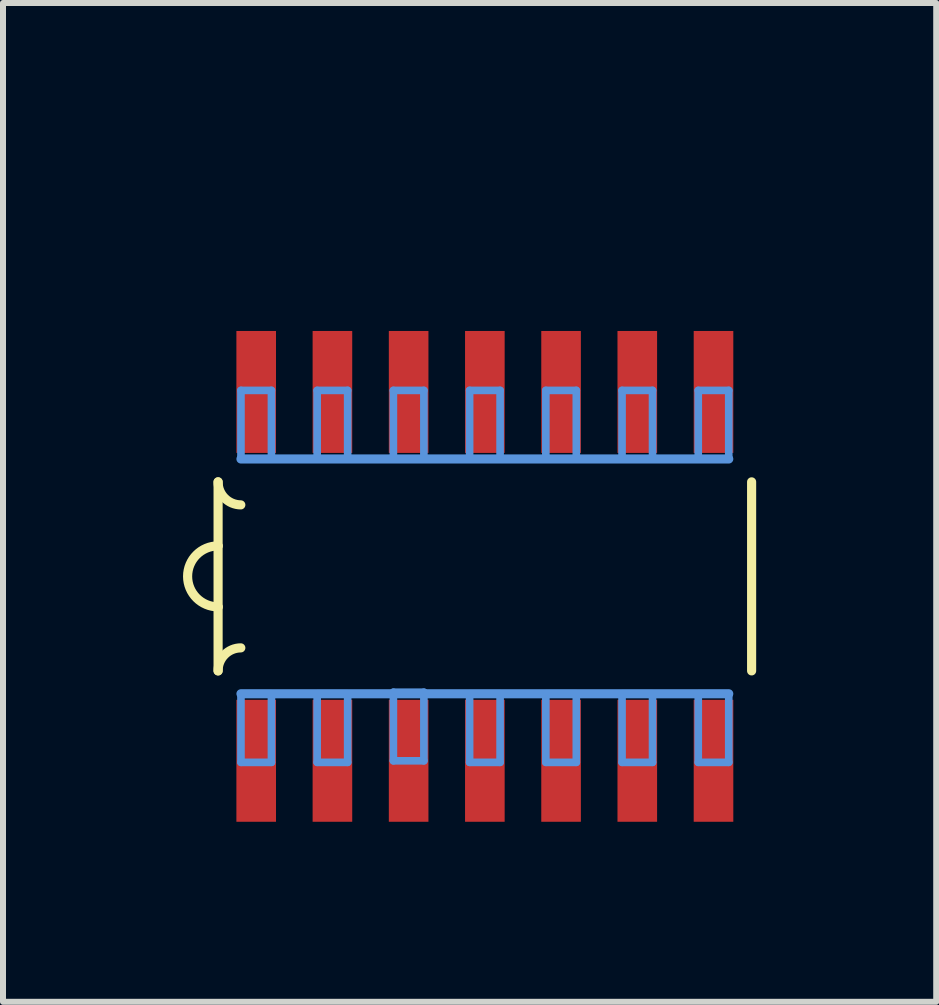
<source format=kicad_pcb>
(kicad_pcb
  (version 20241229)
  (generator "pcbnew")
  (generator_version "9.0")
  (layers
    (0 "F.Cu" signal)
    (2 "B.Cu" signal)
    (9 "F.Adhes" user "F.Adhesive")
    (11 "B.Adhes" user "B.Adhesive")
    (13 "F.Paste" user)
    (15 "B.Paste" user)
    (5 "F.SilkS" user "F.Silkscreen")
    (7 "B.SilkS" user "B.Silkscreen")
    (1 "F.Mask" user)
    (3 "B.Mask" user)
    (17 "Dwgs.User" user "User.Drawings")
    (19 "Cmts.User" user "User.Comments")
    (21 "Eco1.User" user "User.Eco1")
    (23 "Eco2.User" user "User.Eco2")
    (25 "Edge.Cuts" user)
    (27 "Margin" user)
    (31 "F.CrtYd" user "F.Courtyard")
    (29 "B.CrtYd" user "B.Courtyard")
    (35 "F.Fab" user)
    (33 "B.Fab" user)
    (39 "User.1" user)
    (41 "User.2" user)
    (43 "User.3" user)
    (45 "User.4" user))
  (footprint "SO14"
    (layer "F.Cu")
    (at 5.029 6.554)
    (property "Reference" "SO14" (at -0.254 -5.588 0) (layer "Eco1.User") (effects (font (size 1.27 1.27) (thickness 0.127))))
    (attr through_hole)
    (fp_line (start -4.445 -1.575) (end -4.445 -0.508) (stroke (width 0.152) (type solid)) (layer "F.SilkS"))
    (fp_line (start -4.445 -0.508) (end -4.445 0.508) (stroke (width 0.152) (type solid)) (layer "F.SilkS"))
    (fp_line (start -4.445 0.508) (end -4.445 1.575) (stroke (width 0.152) (type solid)) (layer "F.SilkS"))
    (fp_line (start 4.445 1.575) (end 4.445 -1.575) (stroke (width 0.152) (type solid)) (layer "F.SilkS"))
    (fp_arc (start -4.445 0.508) (mid -4.953 0) (end -4.445 -0.508) (stroke (width 0.1524) (type solid)) (layer "F.SilkS"))
    (fp_arc (start -4.445 1.5748) (mid -4.335204 1.304648) (end -4.06654 1.19126) (stroke (width 0.1524) (type solid)) (layer "F.SilkS"))
    (fp_arc (start -4.06654 -1.19126) (mid -4.335204 -1.304648) (end -4.445 -1.5748) (stroke (width 0.1524) (type solid)) (layer "F.SilkS"))
    (fp_line (start -4.064 -3.099) (end -4.064 -1.956) (stroke (width 0.127) (type solid)) (layer "Cmts.User"))
    (fp_line (start -4.064 -1.956) (end -3.556 -1.956) (stroke (width 0.127) (type solid)) (layer "Cmts.User"))
    (fp_line (start -4.064 1.956) (end -4.064 3.099) (stroke (width 0.127) (type solid)) (layer "Cmts.User"))
    (fp_line (start -4.064 1.956) (end 4.064 1.956) (stroke (width 0.152) (type solid)) (layer "Cmts.User"))
    (fp_line (start -4.064 3.099) (end -3.556 3.099) (stroke (width 0.127) (type solid)) (layer "Cmts.User"))
    (fp_line (start -3.556 -3.099) (end -4.064 -3.099) (stroke (width 0.127) (type solid)) (layer "Cmts.User"))
    (fp_line (start -3.556 -1.956) (end -3.556 -3.099) (stroke (width 0.127) (type solid)) (layer "Cmts.User"))
    (fp_line (start -3.556 1.956) (end -4.064 1.956) (stroke (width 0.127) (type solid)) (layer "Cmts.User"))
    (fp_line (start -3.556 3.099) (end -3.556 1.956) (stroke (width 0.127) (type solid)) (layer "Cmts.User"))
    (fp_line (start -2.794 -3.099) (end -2.794 -1.956) (stroke (width 0.127) (type solid)) (layer "Cmts.User"))
    (fp_line (start -2.794 -1.956) (end -2.286 -1.956) (stroke (width 0.127) (type solid)) (layer "Cmts.User"))
    (fp_line (start -2.794 1.956) (end -2.794 3.099) (stroke (width 0.127) (type solid)) (layer "Cmts.User"))
    (fp_line (start -2.794 3.099) (end -2.286 3.099) (stroke (width 0.127) (type solid)) (layer "Cmts.User"))
    (fp_line (start -2.286 -3.099) (end -2.794 -3.099) (stroke (width 0.127) (type solid)) (layer "Cmts.User"))
    (fp_line (start -2.286 -1.956) (end -2.286 -3.099) (stroke (width 0.127) (type solid)) (layer "Cmts.User"))
    (fp_line (start -2.286 1.956) (end -2.794 1.956) (stroke (width 0.127) (type solid)) (layer "Cmts.User"))
    (fp_line (start -2.286 3.099) (end -2.286 1.956) (stroke (width 0.127) (type solid)) (layer "Cmts.User"))
    (fp_line (start -1.524 -3.099) (end -1.524 -1.956) (stroke (width 0.127) (type solid)) (layer "Cmts.User"))
    (fp_line (start -1.524 -1.956) (end -1.016 -1.956) (stroke (width 0.127) (type solid)) (layer "Cmts.User"))
    (fp_line (start -1.524 1.93) (end -1.524 3.073) (stroke (width 0.127) (type solid)) (layer "Cmts.User"))
    (fp_line (start -1.524 3.073) (end -1.016 3.073) (stroke (width 0.127) (type solid)) (layer "Cmts.User"))
    (fp_line (start -1.016 -3.099) (end -1.524 -3.099) (stroke (width 0.127) (type solid)) (layer "Cmts.User"))
    (fp_line (start -1.016 -1.956) (end -1.016 -3.099) (stroke (width 0.127) (type solid)) (layer "Cmts.User"))
    (fp_line (start -1.016 1.93) (end -1.524 1.93) (stroke (width 0.127) (type solid)) (layer "Cmts.User"))
    (fp_line (start -1.016 3.073) (end -1.016 1.93) (stroke (width 0.127) (type solid)) (layer "Cmts.User"))
    (fp_line (start -0.254 -3.099) (end -0.254 -1.956) (stroke (width 0.127) (type solid)) (layer "Cmts.User"))
    (fp_line (start -0.254 -1.956) (end 0.254 -1.956) (stroke (width 0.127) (type solid)) (layer "Cmts.User"))
    (fp_line (start -0.254 1.956) (end -0.254 3.099) (stroke (width 0.127) (type solid)) (layer "Cmts.User"))
    (fp_line (start -0.254 3.099) (end 0.254 3.099) (stroke (width 0.127) (type solid)) (layer "Cmts.User"))
    (fp_line (start 0.254 -3.099) (end -0.254 -3.099) (stroke (width 0.127) (type solid)) (layer "Cmts.User"))
    (fp_line (start 0.254 -1.956) (end 0.254 -3.099) (stroke (width 0.127) (type solid)) (layer "Cmts.User"))
    (fp_line (start 0.254 1.956) (end -0.254 1.956) (stroke (width 0.127) (type solid)) (layer "Cmts.User"))
    (fp_line (start 0.254 3.099) (end 0.254 1.956) (stroke (width 0.127) (type solid)) (layer "Cmts.User"))
    (fp_line (start 1.016 -3.099) (end 1.016 -1.956) (stroke (width 0.127) (type solid)) (layer "Cmts.User"))
    (fp_line (start 1.016 -1.956) (end 1.524 -1.956) (stroke (width 0.127) (type solid)) (layer "Cmts.User"))
    (fp_line (start 1.016 1.956) (end 1.016 3.099) (stroke (width 0.127) (type solid)) (layer "Cmts.User"))
    (fp_line (start 1.016 3.099) (end 1.524 3.099) (stroke (width 0.127) (type solid)) (layer "Cmts.User"))
    (fp_line (start 1.524 -3.099) (end 1.016 -3.099) (stroke (width 0.127) (type solid)) (layer "Cmts.User"))
    (fp_line (start 1.524 -1.956) (end 1.524 -3.099) (stroke (width 0.127) (type solid)) (layer "Cmts.User"))
    (fp_line (start 1.524 1.956) (end 1.016 1.956) (stroke (width 0.127) (type solid)) (layer "Cmts.User"))
    (fp_line (start 1.524 3.099) (end 1.524 1.956) (stroke (width 0.127) (type solid)) (layer "Cmts.User"))
    (fp_line (start 2.286 -3.099) (end 2.286 -1.956) (stroke (width 0.127) (type solid)) (layer "Cmts.User"))
    (fp_line (start 2.286 -1.956) (end 2.794 -1.956) (stroke (width 0.127) (type solid)) (layer "Cmts.User"))
    (fp_line (start 2.286 1.956) (end 2.286 3.099) (stroke (width 0.127) (type solid)) (layer "Cmts.User"))
    (fp_line (start 2.286 3.099) (end 2.794 3.099) (stroke (width 0.127) (type solid)) (layer "Cmts.User"))
    (fp_line (start 2.794 -3.099) (end 2.286 -3.099) (stroke (width 0.127) (type solid)) (layer "Cmts.User"))
    (fp_line (start 2.794 -1.956) (end 2.794 -3.099) (stroke (width 0.127) (type solid)) (layer "Cmts.User"))
    (fp_line (start 2.794 1.956) (end 2.286 1.956) (stroke (width 0.127) (type solid)) (layer "Cmts.User"))
    (fp_line (start 2.794 3.099) (end 2.794 1.956) (stroke (width 0.127) (type solid)) (layer "Cmts.User"))
    (fp_line (start 3.556 -3.099) (end 3.556 -1.956) (stroke (width 0.127) (type solid)) (layer "Cmts.User"))
    (fp_line (start 3.556 -1.956) (end 4.064 -1.956) (stroke (width 0.127) (type solid)) (layer "Cmts.User"))
    (fp_line (start 3.556 1.956) (end 3.556 3.099) (stroke (width 0.127) (type solid)) (layer "Cmts.User"))
    (fp_line (start 3.556 3.099) (end 4.064 3.099) (stroke (width 0.127) (type solid)) (layer "Cmts.User"))
    (fp_line (start 4.064 -3.099) (end 3.556 -3.099) (stroke (width 0.127) (type solid)) (layer "Cmts.User"))
    (fp_line (start 4.064 -1.956) (end -4.064 -1.956) (stroke (width 0.152) (type solid)) (layer "Cmts.User"))
    (fp_line (start 4.064 -1.956) (end 4.064 -3.099) (stroke (width 0.127) (type solid)) (layer "Cmts.User"))
    (fp_line (start 4.064 1.956) (end 3.556 1.956) (stroke (width 0.127) (type solid)) (layer "Cmts.User"))
    (fp_line (start 4.064 3.099) (end 4.064 1.956) (stroke (width 0.127) (type solid)) (layer "Cmts.User"))
    (pad "1" smd rect (at -3.81 3.073) (size 0.66 2.032) (layers "F.Cu" "F.Mask" "F.Paste"))
    (pad "2" smd rect (at -2.54 3.073) (size 0.66 2.032) (layers "F.Cu" "F.Mask" "F.Paste"))
    (pad "3" smd rect (at -1.27 3.073) (size 0.66 2.032) (layers "F.Cu" "F.Mask" "F.Paste"))
    (pad "4" smd rect (at 0 3.073) (size 0.66 2.032) (layers "F.Cu" "F.Mask" "F.Paste"))
    (pad "5" smd rect (at 1.27 3.073) (size 0.66 2.032) (layers "F.Cu" "F.Mask" "F.Paste"))
    (pad "6" smd rect (at 2.54 3.073) (size 0.66 2.032) (layers "F.Cu" "F.Mask" "F.Paste"))
    (pad "7" smd rect (at 3.81 3.073) (size 0.66 2.032) (layers "F.Cu" "F.Mask" "F.Paste"))
    (pad "8" smd rect (at 3.81 -3.073) (size 0.66 2.032) (layers "F.Cu" "F.Mask" "F.Paste"))
    (pad "9" smd rect (at 2.54 -3.073) (size 0.66 2.032) (layers "F.Cu" "F.Mask" "F.Paste"))
    (pad "10" smd rect (at 1.27 -3.073) (size 0.66 2.032) (layers "F.Cu" "F.Mask" "F.Paste"))
    (pad "11" smd rect (at 0 -3.073) (size 0.66 2.032) (layers "F.Cu" "F.Mask" "F.Paste"))
    (pad "12" smd rect (at -1.27 -3.073) (size 0.66 2.032) (layers "F.Cu" "F.Mask" "F.Paste"))
    (pad "13" smd rect (at -2.54 -3.073) (size 0.66 2.032) (layers "F.Cu" "F.Mask" "F.Paste"))
    (pad "14" smd rect (at -3.81 -3.073) (size 0.66 2.032) (layers "F.Cu" "F.Mask" "F.Paste")))
  (gr_rect
    (start -3 -3)
    (end 12.55 13.643)
    (stroke (width 0.1) (type default))
    (fill no)
    (layer "Edge.Cuts")))
</source>
